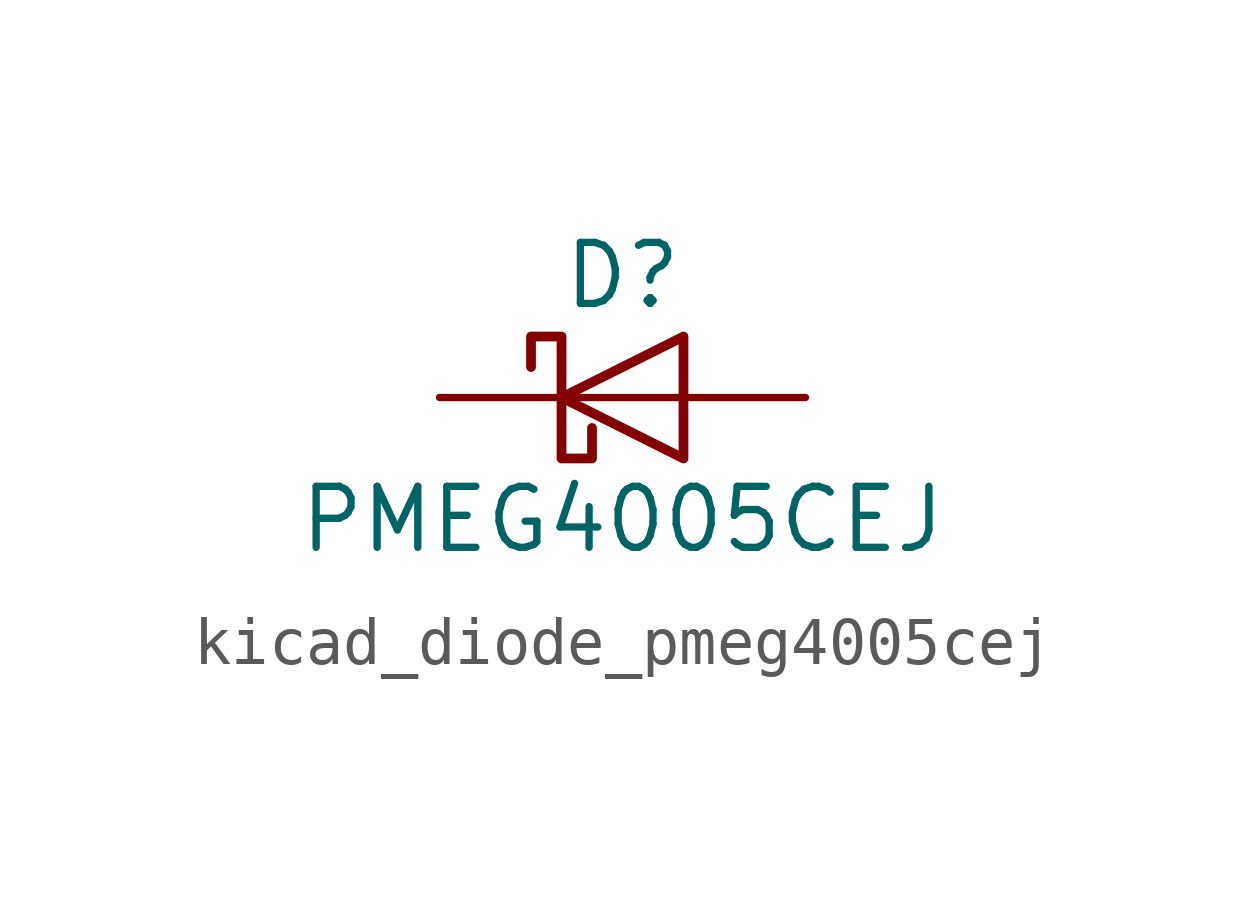
<source format=kicad_sym>
(kicad_symbol_lib
  (version 20220914)
  (generator kicad_symbol_editor)
  (symbol "kicad_diode_pmeg4005cej"
    (pin_numbers hide)
    (pin_names hide)
    (property "Reference" "D"
      (at 0 2.54 0)
      (effects (font (size 1.27 1.27))))
    (property "Value" "PMEG4005CEJ"
      (at 0 -2.54 0)
      (effects (font (size 1.27 1.27))))
    (symbol "kicad_diode_pmeg4005cej_0_1"
      (polyline (pts (xy 1.27 0) (xy -1.27 0)) (stroke (width 0) (type default)) (fill (type none)))
      (polyline (pts (xy 1.27 1.27) (xy 1.27 -1.27) (xy -1.27 0) (xy 1.27 1.27)) (stroke (width 0.203) (type default)) (fill (type none)))
      (polyline (pts (xy -1.905 0.635) (xy -1.905 1.27) (xy -1.27 1.27) (xy -1.27 -1.27) (xy -0.635 -1.27) (xy -0.635 -0.635)) (stroke (width 0.203) (type default)) (fill (type none))))
    (symbol "kicad_diode_pmeg4005cej_1_1"
      (pin passive line (at -3.81 0 0) (length 2.54) (name "K" (effects (font (size 1.27 1.27)))) (number "1" (effects (font (size 1.27 1.27)))))
      (pin passive line (at 3.81 0 180) (length 2.54) (name "A" (effects (font (size 1.27 1.27)))) (number "2" (effects (font (size 1.27 1.27))))))))
</source>
